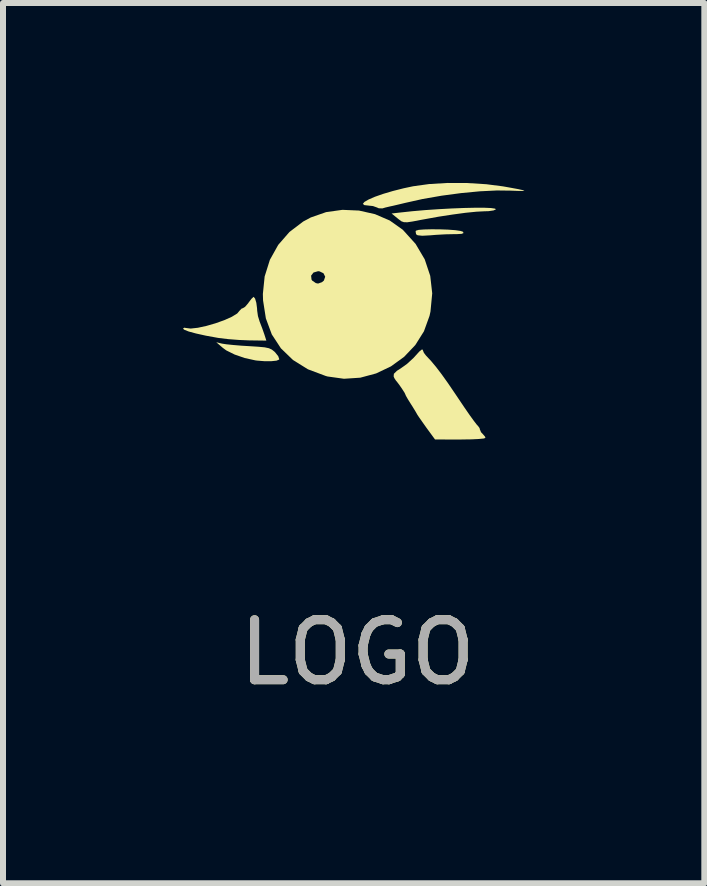
<source format=kicad_pcb>
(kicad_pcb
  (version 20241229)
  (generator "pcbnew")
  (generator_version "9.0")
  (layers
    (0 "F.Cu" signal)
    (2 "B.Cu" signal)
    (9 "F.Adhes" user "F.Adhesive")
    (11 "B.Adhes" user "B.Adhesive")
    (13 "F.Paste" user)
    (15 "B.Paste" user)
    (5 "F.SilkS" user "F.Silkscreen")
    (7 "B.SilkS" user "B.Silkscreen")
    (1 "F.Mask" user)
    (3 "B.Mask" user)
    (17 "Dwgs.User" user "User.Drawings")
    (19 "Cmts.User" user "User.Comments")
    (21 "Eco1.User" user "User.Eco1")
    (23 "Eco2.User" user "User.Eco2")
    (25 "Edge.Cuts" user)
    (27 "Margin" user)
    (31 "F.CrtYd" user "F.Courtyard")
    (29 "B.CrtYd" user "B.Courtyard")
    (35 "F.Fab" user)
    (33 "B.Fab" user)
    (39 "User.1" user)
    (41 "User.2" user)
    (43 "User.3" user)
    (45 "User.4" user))
  (footprint "LOGO"
    (layer "F.Cu")
    (at 2.908 2.026)
    (property "Reference" "LOGO" (at 0 5.8 0) (unlocked yes) (layer "F.SilkS") (effects (font (size 1 1) (thickness 0.15))))
    (attr smd)
    (fp_poly (pts (xy 1.373 -1.253) (xy 1.511 -1.248) (xy 1.632 -1.239) (xy 1.72 -1.226) (xy 1.759 -1.213) (xy 1.769 -1.191) (xy 1.738 -1.178) (xy 1.657 -1.173) (xy 1.61 -1.173) (xy 1.469 -1.17) (xy 1.309 -1.161) (xy 1.211 -1.153) (xy 1.081 -1.146) (xy 1.004 -1.154) (xy 0.978 -1.171) (xy 0.97 -1.219) (xy 0.976 -1.231) (xy 1.021 -1.244) (xy 1.112 -1.251) (xy 1.235 -1.254)) (stroke (width 0) (type solid)) (fill yes) (layer "F.SilkS"))
    (fp_poly (pts (xy -2.258 0.652) (xy -2.187 0.663) (xy -2.071 0.675) (xy -1.927 0.687) (xy -1.809 0.694) (xy -1.653 0.704) (xy -1.546 0.714) (xy -1.475 0.729) (xy -1.426 0.752) (xy -1.384 0.785) (xy -1.37 0.799) (xy -1.32 0.862) (xy -1.303 0.911) (xy -1.305 0.918) (xy -1.348 0.936) (xy -1.435 0.945) (xy -1.55 0.945) (xy -1.674 0.935) (xy -1.703 0.931) (xy -1.879 0.892) (xy -2.047 0.834) (xy -2.186 0.765) (xy -2.242 0.724) (xy -2.353 0.629)) (stroke (width 0) (type solid)) (fill yes) (layer "F.SilkS"))
    (fp_poly (pts (xy 2.114 -1.613) (xy 2.228 -1.608) (xy 2.295 -1.598) (xy 2.309 -1.586) (xy 2.269 -1.568) (xy 2.186 -1.556) (xy 2.115 -1.554) (xy 1.984 -1.547) (xy 1.804 -1.529) (xy 1.589 -1.5) (xy 1.354 -1.464) (xy 1.111 -1.42) (xy 1.055 -1.41) (xy 0.921 -1.384) (xy 0.833 -1.371) (xy 0.776 -1.372) (xy 0.733 -1.387) (xy 0.689 -1.42) (xy 0.663 -1.441) (xy 0.57 -1.517) (xy 0.71 -1.533) (xy 0.915 -1.555) (xy 1.133 -1.574) (xy 1.355 -1.589) (xy 1.573 -1.601) (xy 1.777 -1.609) (xy 1.96 -1.613)) (stroke (width 0) (type solid)) (fill yes) (layer "F.SilkS"))
    (fp_poly (pts (xy 1.828 -2.025) (xy 2.149 -2.005) (xy 2.429 -1.969) (xy 2.568 -1.944) (xy 2.683 -1.923) (xy 2.759 -1.906) (xy 2.784 -1.898) (xy 2.761 -1.893) (xy 2.69 -1.893) (xy 2.585 -1.897) (xy 2.569 -1.898) (xy 2.326 -1.901) (xy 2.041 -1.887) (xy 1.728 -1.857) (xy 1.405 -1.814) (xy 1.089 -1.759) (xy 0.802 -1.695) (xy 0.689 -1.668) (xy 0.587 -1.644) (xy 0.544 -1.635) (xy 0.464 -1.616) (xy 0.417 -1.602) (xy 0.356 -1.604) (xy 0.327 -1.617) (xy 0.259 -1.641) (xy 0.194 -1.648) (xy 0.115 -1.657) (xy 0.091 -1.678) (xy 0.117 -1.71) (xy 0.186 -1.75) (xy 0.292 -1.796) (xy 0.429 -1.844) (xy 0.591 -1.892) (xy 0.773 -1.938) (xy 0.929 -1.971) (xy 1.196 -2.008) (xy 1.503 -2.026)) (stroke (width 0) (type solid)) (fill yes) (layer "F.SilkS"))
    (fp_poly (pts (xy -1.706 -0.099) (xy -1.685 -0.028) (xy -1.673 0.064) (xy -1.671 0.102) (xy -1.658 0.193) (xy -1.628 0.291) (xy -1.627 0.292) (xy -1.586 0.399) (xy -1.551 0.499) (xy -1.518 0.602) (xy -1.808 0.598) (xy -1.976 0.591) (xy -2.156 0.577) (xy -2.313 0.558) (xy -2.337 0.554) (xy -2.529 0.519) (xy -2.691 0.483) (xy -2.813 0.45) (xy -2.888 0.42) (xy -2.908 0.401) (xy -2.884 0.386) (xy -2.862 0.391) (xy -2.78 0.401) (xy -2.66 0.388) (xy -2.517 0.357) (xy -2.365 0.313) (xy -2.219 0.261) (xy -2.094 0.205) (xy -2.004 0.15) (xy -1.966 0.105) (xy -1.929 0.067) (xy -1.913 0.063) (xy -1.873 0.039) (xy -1.822 -0.02) (xy -1.814 -0.032) (xy -1.767 -0.094) (xy -1.733 -0.126) (xy -1.73 -0.127)) (stroke (width 0) (type solid)) (fill yes) (layer "F.SilkS"))
    (fp_poly (pts (xy 0.026 -1.566) (xy 0.293 -1.506) (xy 0.539 -1.4) (xy 0.751 -1.25) (xy 0.76 -1.242) (xy 0.97 -1.01) (xy 1.122 -0.753) (xy 1.214 -0.477) (xy 1.247 -0.186) (xy 1.218 0.118) (xy 1.202 0.19) (xy 1.109 0.447) (xy 0.965 0.676) (xy 0.778 0.873) (xy 0.558 1.032) (xy 0.312 1.149) (xy 0.048 1.22) (xy -0.224 1.238) (xy -0.497 1.2) (xy -0.529 1.191) (xy -0.825 1.08) (xy -1.074 0.925) (xy -1.275 0.731) (xy -1.427 0.499) (xy -1.526 0.232) (xy -1.573 -0.069) (xy -1.576 -0.176) (xy -1.546 -0.47) (xy -1.542 -0.481) (xy -0.772 -0.481) (xy -0.765 -0.416) (xy -0.754 -0.399) (xy -0.693 -0.357) (xy -0.656 -0.349) (xy -0.591 -0.372) (xy -0.559 -0.399) (xy -0.537 -0.463) (xy -0.566 -0.521) (xy -0.633 -0.553) (xy -0.656 -0.555) (xy -0.732 -0.533) (xy -0.772 -0.481) (xy -1.542 -0.481) (xy -1.459 -0.745) (xy -1.32 -0.994) (xy -1.133 -1.209) (xy -0.904 -1.383) (xy -0.777 -1.451) (xy -0.522 -1.54) (xy -0.25 -1.578)) (stroke (width 0) (type solid)) (fill yes) (layer "F.SilkS"))
    (fp_poly (pts (xy 1.087 0.753) (xy 1.108 0.805) (xy 1.143 0.851) (xy 1.23 0.944) (xy 1.314 1.045) (xy 1.404 1.163) (xy 1.509 1.31) (xy 1.636 1.497) (xy 1.685 1.57) (xy 1.784 1.717) (xy 1.873 1.846) (xy 1.945 1.945) (xy 1.993 2.007) (xy 2.01 2.024) (xy 2.037 2.061) (xy 2.039 2.076) (xy 2.061 2.129) (xy 2.087 2.156) (xy 2.127 2.202) (xy 2.134 2.224) (xy 2.105 2.234) (xy 2.023 2.242) (xy 1.901 2.248) (xy 1.751 2.25) (xy 1.714 2.251) (xy 1.294 2.25) (xy 1.151 2.055) (xy 1.081 1.956) (xy 1.025 1.876) (xy 0.994 1.829) (xy 0.993 1.826) (xy 0.967 1.781) (xy 0.92 1.704) (xy 0.89 1.657) (xy 0.84 1.577) (xy 0.808 1.521) (xy 0.802 1.506) (xy 0.786 1.471) (xy 0.746 1.409) (xy 0.698 1.339) (xy 0.656 1.284) (xy 0.642 1.268) (xy 0.616 1.228) (xy 0.604 1.199) (xy 0.608 1.155) (xy 0.659 1.105) (xy 0.722 1.065) (xy 0.827 0.99) (xy 0.933 0.893) (xy 0.973 0.849) (xy 1.034 0.782) (xy 1.076 0.749)) (stroke (width 0) (type solid)) (fill yes) (layer "F.SilkS"))
    (fp_text user "${REFERENCE}" (at 0 5.8 0) (unlocked yes) (layer "F.Fab") (effects (font (size 1 1) (thickness 0.15)))))
  (gr_rect
    (start -3 -3)
    (end 8.691 11.674)
    (stroke (width 0.1) (type default))
    (fill no)
    (layer "Edge.Cuts")))
</source>
